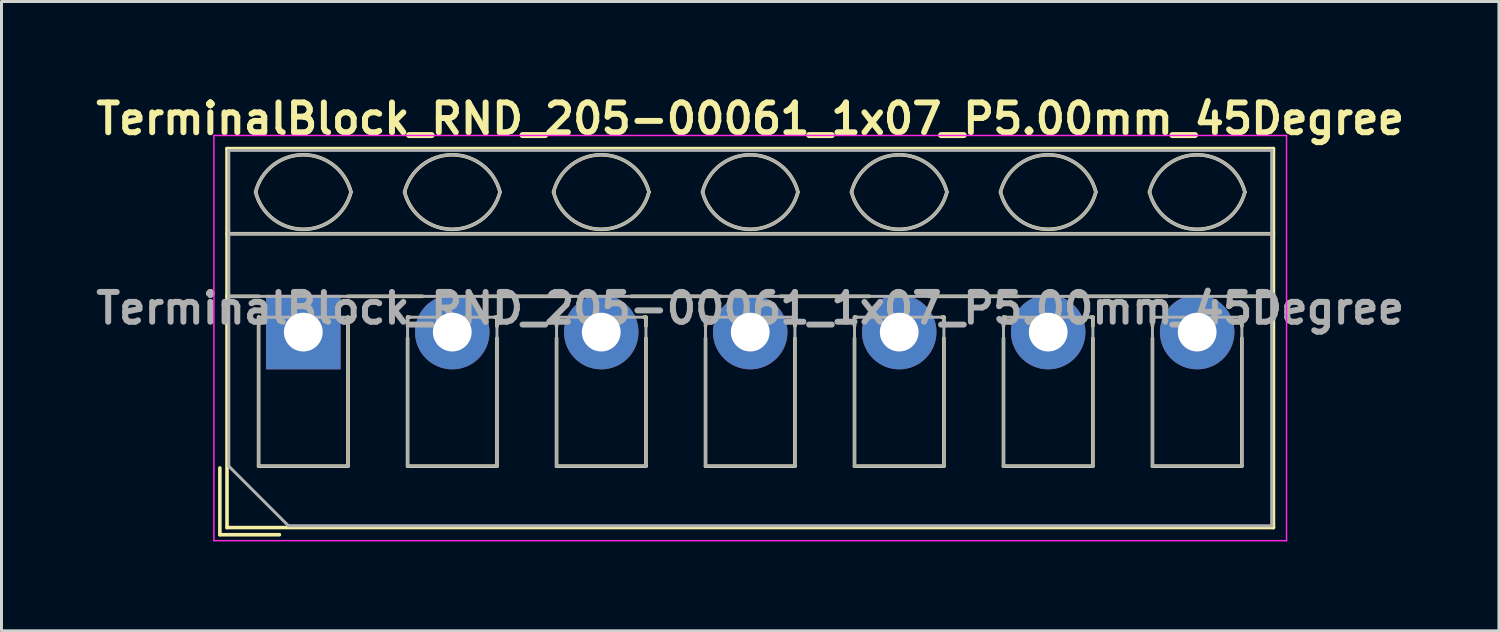
<source format=kicad_pcb>
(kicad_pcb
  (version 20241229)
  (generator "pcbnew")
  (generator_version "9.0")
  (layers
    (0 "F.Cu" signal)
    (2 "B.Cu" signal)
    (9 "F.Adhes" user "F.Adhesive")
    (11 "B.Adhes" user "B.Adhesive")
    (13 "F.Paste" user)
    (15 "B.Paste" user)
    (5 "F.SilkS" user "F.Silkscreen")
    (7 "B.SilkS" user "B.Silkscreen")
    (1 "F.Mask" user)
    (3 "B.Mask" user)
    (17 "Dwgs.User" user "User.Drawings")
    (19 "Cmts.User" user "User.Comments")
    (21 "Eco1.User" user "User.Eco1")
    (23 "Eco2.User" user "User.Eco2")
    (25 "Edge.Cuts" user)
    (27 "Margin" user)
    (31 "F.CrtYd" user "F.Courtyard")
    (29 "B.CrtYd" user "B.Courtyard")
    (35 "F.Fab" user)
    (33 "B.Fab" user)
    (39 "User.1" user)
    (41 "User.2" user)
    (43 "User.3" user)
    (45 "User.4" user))
  (footprint "TerminalBlock_RND_205-00061_1x07_P5.00mm_45Degree"
    (layer "F.Cu")
    (at 22.129 8.096)
    (property "Reference" "TerminalBlock_RND_205-00061_1x07_P5.00mm_45Degree" (at 0 -7.16 0) (layer "F.SilkS") (effects (font (size 1 1) (thickness 0.2))))
    (attr through_hole)
    (fp_line (start -17.8 4.56) (end -17.8 6.8) (stroke (width 0.12) (type solid)) (layer "F.SilkS"))
    (fp_line (start -17.8 6.8) (end -15.8 6.8) (stroke (width 0.12) (type solid)) (layer "F.SilkS"))
    (fp_line (start -17.56 -6.16) (end -17.56 6.56) (stroke (width 0.12) (type solid)) (layer "F.SilkS"))
    (fp_line (start -17.56 -6.16) (end 17.56 -6.16) (stroke (width 0.12) (type solid)) (layer "F.SilkS"))
    (fp_line (start -17.56 -3.301) (end 17.56 -3.301) (stroke (width 0.12) (type solid)) (layer "F.SilkS"))
    (fp_line (start -17.56 -1.201) (end -16.49 -1.201) (stroke (width 0.12) (type solid)) (layer "F.SilkS"))
    (fp_line (start -17.56 6.56) (end 17.56 6.56) (stroke (width 0.12) (type solid)) (layer "F.SilkS"))
    (fp_line (start -16.5 -0.5) (end -16.5 4.5) (stroke (width 0.12) (type solid)) (layer "F.SilkS"))
    (fp_line (start -16.5 -0.5) (end -16.49 -0.5) (stroke (width 0.12) (type solid)) (layer "F.SilkS"))
    (fp_line (start -16.5 4.5) (end -13.5 4.5) (stroke (width 0.12) (type solid)) (layer "F.SilkS"))
    (fp_line (start -13.51 -1.201) (end -11 -1.201) (stroke (width 0.12) (type solid)) (layer "F.SilkS"))
    (fp_line (start -13.51 -0.5) (end -13.5 -0.5) (stroke (width 0.12) (type solid)) (layer "F.SilkS"))
    (fp_line (start -13.5 -0.5) (end -13.5 4.5) (stroke (width 0.12) (type solid)) (layer "F.SilkS"))
    (fp_line (start -11.5 -0.5) (end -11.5 -0.202) (stroke (width 0.12) (type solid)) (layer "F.SilkS"))
    (fp_line (start -11.5 -0.5) (end -11.43 -0.5) (stroke (width 0.12) (type solid)) (layer "F.SilkS"))
    (fp_line (start -11.5 0.202) (end -11.5 4.5) (stroke (width 0.12) (type solid)) (layer "F.SilkS"))
    (fp_line (start -11.5 4.5) (end -8.5 4.5) (stroke (width 0.12) (type solid)) (layer "F.SilkS"))
    (fp_line (start -8.999 -1.201) (end -6 -1.201) (stroke (width 0.12) (type solid)) (layer "F.SilkS"))
    (fp_line (start -8.569 -0.5) (end -8.5 -0.5) (stroke (width 0.12) (type solid)) (layer "F.SilkS"))
    (fp_line (start -8.5 -0.5) (end -8.5 -0.202) (stroke (width 0.12) (type solid)) (layer "F.SilkS"))
    (fp_line (start -8.5 0.202) (end -8.5 4.5) (stroke (width 0.12) (type solid)) (layer "F.SilkS"))
    (fp_line (start -6.5 -0.5) (end -6.5 -0.202) (stroke (width 0.12) (type solid)) (layer "F.SilkS"))
    (fp_line (start -6.5 -0.5) (end -6.43 -0.5) (stroke (width 0.12) (type solid)) (layer "F.SilkS"))
    (fp_line (start -6.5 0.202) (end -6.5 4.5) (stroke (width 0.12) (type solid)) (layer "F.SilkS"))
    (fp_line (start -6.5 4.5) (end -3.5 4.5) (stroke (width 0.12) (type solid)) (layer "F.SilkS"))
    (fp_line (start -3.999 -1.201) (end -1 -1.201) (stroke (width 0.12) (type solid)) (layer "F.SilkS"))
    (fp_line (start -3.569 -0.5) (end -3.5 -0.5) (stroke (width 0.12) (type solid)) (layer "F.SilkS"))
    (fp_line (start -3.5 -0.5) (end -3.5 -0.202) (stroke (width 0.12) (type solid)) (layer "F.SilkS"))
    (fp_line (start -3.5 0.202) (end -3.5 4.5) (stroke (width 0.12) (type solid)) (layer "F.SilkS"))
    (fp_line (start -1.5 -0.5) (end -1.5 -0.202) (stroke (width 0.12) (type solid)) (layer "F.SilkS"))
    (fp_line (start -1.5 -0.5) (end -1.43 -0.5) (stroke (width 0.12) (type solid)) (layer "F.SilkS"))
    (fp_line (start -1.5 0.202) (end -1.5 4.5) (stroke (width 0.12) (type solid)) (layer "F.SilkS"))
    (fp_line (start -1.5 4.5) (end 1.5 4.5) (stroke (width 0.12) (type solid)) (layer "F.SilkS"))
    (fp_line (start 1.001 -1.201) (end 4 -1.201) (stroke (width 0.12) (type solid)) (layer "F.SilkS"))
    (fp_line (start 1.431 -0.5) (end 1.5 -0.5) (stroke (width 0.12) (type solid)) (layer "F.SilkS"))
    (fp_line (start 1.5 -0.5) (end 1.5 -0.202) (stroke (width 0.12) (type solid)) (layer "F.SilkS"))
    (fp_line (start 1.5 0.202) (end 1.5 4.5) (stroke (width 0.12) (type solid)) (layer "F.SilkS"))
    (fp_line (start 3.5 -0.5) (end 3.5 -0.202) (stroke (width 0.12) (type solid)) (layer "F.SilkS"))
    (fp_line (start 3.5 -0.5) (end 3.57 -0.5) (stroke (width 0.12) (type solid)) (layer "F.SilkS"))
    (fp_line (start 3.5 0.202) (end 3.5 4.5) (stroke (width 0.12) (type solid)) (layer "F.SilkS"))
    (fp_line (start 3.5 4.5) (end 6.5 4.5) (stroke (width 0.12) (type solid)) (layer "F.SilkS"))
    (fp_line (start 6.001 -1.201) (end 9 -1.201) (stroke (width 0.12) (type solid)) (layer "F.SilkS"))
    (fp_line (start 6.431 -0.5) (end 6.5 -0.5) (stroke (width 0.12) (type solid)) (layer "F.SilkS"))
    (fp_line (start 6.5 -0.5) (end 6.5 -0.202) (stroke (width 0.12) (type solid)) (layer "F.SilkS"))
    (fp_line (start 6.5 0.202) (end 6.5 4.5) (stroke (width 0.12) (type solid)) (layer "F.SilkS"))
    (fp_line (start 8.5 -0.5) (end 8.5 -0.202) (stroke (width 0.12) (type solid)) (layer "F.SilkS"))
    (fp_line (start 8.5 -0.5) (end 8.57 -0.5) (stroke (width 0.12) (type solid)) (layer "F.SilkS"))
    (fp_line (start 8.5 0.202) (end 8.5 4.5) (stroke (width 0.12) (type solid)) (layer "F.SilkS"))
    (fp_line (start 8.5 4.5) (end 11.5 4.5) (stroke (width 0.12) (type solid)) (layer "F.SilkS"))
    (fp_line (start 11.001 -1.201) (end 14 -1.201) (stroke (width 0.12) (type solid)) (layer "F.SilkS"))
    (fp_line (start 11.431 -0.5) (end 11.5 -0.5) (stroke (width 0.12) (type solid)) (layer "F.SilkS"))
    (fp_line (start 11.5 -0.5) (end 11.5 -0.202) (stroke (width 0.12) (type solid)) (layer "F.SilkS"))
    (fp_line (start 11.5 0.202) (end 11.5 4.5) (stroke (width 0.12) (type solid)) (layer "F.SilkS"))
    (fp_line (start 13.5 -0.5) (end 13.5 -0.202) (stroke (width 0.12) (type solid)) (layer "F.SilkS"))
    (fp_line (start 13.5 -0.5) (end 13.57 -0.5) (stroke (width 0.12) (type solid)) (layer "F.SilkS"))
    (fp_line (start 13.5 0.202) (end 13.5 4.5) (stroke (width 0.12) (type solid)) (layer "F.SilkS"))
    (fp_line (start 13.5 4.5) (end 16.5 4.5) (stroke (width 0.12) (type solid)) (layer "F.SilkS"))
    (fp_line (start 16.001 -1.201) (end 17.56 -1.201) (stroke (width 0.12) (type solid)) (layer "F.SilkS"))
    (fp_line (start 16.431 -0.5) (end 16.5 -0.5) (stroke (width 0.12) (type solid)) (layer "F.SilkS"))
    (fp_line (start 16.5 -0.5) (end 16.5 -0.202) (stroke (width 0.12) (type solid)) (layer "F.SilkS"))
    (fp_line (start 16.5 0.202) (end 16.5 4.5) (stroke (width 0.12) (type solid)) (layer "F.SilkS"))
    (fp_line (start 17.56 -6.16) (end 17.56 6.56) (stroke (width 0.12) (type solid)) (layer "F.SilkS"))
    (fp_arc (start -16.600914 -4.700344) (mid -14.999823 -5.95097) (end -13.399 -4.7) (stroke (width 0.12) (type solid)) (layer "F.SilkS"))
    (fp_arc (start -13.4 -4.7) (mid -15.000064 -3.45) (end -16.600031 -4.700125) (stroke (width 0.12) (type solid)) (layer "F.SilkS"))
    (fp_arc (start -11.600914 -4.700344) (mid -9.999823 -5.95097) (end -8.399 -4.7) (stroke (width 0.12) (type solid)) (layer "F.SilkS"))
    (fp_arc (start -8.4 -4.7) (mid -10.000064 -3.45) (end -11.600031 -4.700125) (stroke (width 0.12) (type solid)) (layer "F.SilkS"))
    (fp_arc (start -6.600914 -4.700344) (mid -4.999823 -5.95097) (end -3.399 -4.7) (stroke (width 0.12) (type solid)) (layer "F.SilkS"))
    (fp_arc (start -3.4 -4.7) (mid -5.000064 -3.45) (end -6.600031 -4.700125) (stroke (width 0.12) (type solid)) (layer "F.SilkS"))
    (fp_arc (start -1.600914 -4.700344) (mid 0.000177 -5.95097) (end 1.601 -4.7) (stroke (width 0.12) (type solid)) (layer "F.SilkS"))
    (fp_arc (start 1.6 -4.7) (mid -0.000064 -3.45) (end -1.600031 -4.700125) (stroke (width 0.12) (type solid)) (layer "F.SilkS"))
    (fp_arc (start 3.399086 -4.700344) (mid 5.000177 -5.95097) (end 6.601 -4.7) (stroke (width 0.12) (type solid)) (layer "F.SilkS"))
    (fp_arc (start 6.6 -4.7) (mid 4.999936 -3.45) (end 3.399969 -4.700125) (stroke (width 0.12) (type solid)) (layer "F.SilkS"))
    (fp_arc (start 8.399086 -4.700344) (mid 10.000177 -5.95097) (end 11.601 -4.7) (stroke (width 0.12) (type solid)) (layer "F.SilkS"))
    (fp_arc (start 11.6 -4.7) (mid 9.999936 -3.45) (end 8.399969 -4.700125) (stroke (width 0.12) (type solid)) (layer "F.SilkS"))
    (fp_arc (start 13.399086 -4.700344) (mid 15.000177 -5.95097) (end 16.601 -4.7) (stroke (width 0.12) (type solid)) (layer "F.SilkS"))
    (fp_arc (start 16.6 -4.7) (mid 14.999936 -3.45) (end 13.399969 -4.700125) (stroke (width 0.12) (type solid)) (layer "F.SilkS"))
    (fp_line (start -18 -6.6) (end -18 7) (stroke (width 0.05) (type solid)) (layer "F.CrtYd"))
    (fp_line (start -18 7) (end 18 7) (stroke (width 0.05) (type solid)) (layer "F.CrtYd"))
    (fp_line (start 18 -6.6) (end -18 -6.6) (stroke (width 0.05) (type solid)) (layer "F.CrtYd"))
    (fp_line (start 18 7) (end 18 -6.6) (stroke (width 0.05) (type solid)) (layer "F.CrtYd"))
    (fp_line (start -17.5 -6.1) (end 17.5 -6.1) (stroke (width 0.1) (type solid)) (layer "F.Fab"))
    (fp_line (start -17.5 -3.3) (end 17.5 -3.3) (stroke (width 0.1) (type solid)) (layer "F.Fab"))
    (fp_line (start -17.5 -1.2) (end 17.5 -1.2) (stroke (width 0.1) (type solid)) (layer "F.Fab"))
    (fp_line (start -17.5 4.5) (end -17.5 -6.1) (stroke (width 0.1) (type solid)) (layer "F.Fab"))
    (fp_line (start -16.5 -0.5) (end -16.5 4.5) (stroke (width 0.1) (type solid)) (layer "F.Fab"))
    (fp_line (start -16.5 4.5) (end -13.5 4.5) (stroke (width 0.1) (type solid)) (layer "F.Fab"))
    (fp_line (start -15.5 6.5) (end -17.5 4.5) (stroke (width 0.1) (type solid)) (layer "F.Fab"))
    (fp_line (start -13.5 -0.5) (end -16.5 -0.5) (stroke (width 0.1) (type solid)) (layer "F.Fab"))
    (fp_line (start -13.5 4.5) (end -13.5 -0.5) (stroke (width 0.1) (type solid)) (layer "F.Fab"))
    (fp_line (start -11.5 -0.5) (end -11.5 4.5) (stroke (width 0.1) (type solid)) (layer "F.Fab"))
    (fp_line (start -11.5 4.5) (end -8.5 4.5) (stroke (width 0.1) (type solid)) (layer "F.Fab"))
    (fp_line (start -8.5 -0.5) (end -11.5 -0.5) (stroke (width 0.1) (type solid)) (layer "F.Fab"))
    (fp_line (start -8.5 4.5) (end -8.5 -0.5) (stroke (width 0.1) (type solid)) (layer "F.Fab"))
    (fp_line (start -6.5 -0.5) (end -6.5 4.5) (stroke (width 0.1) (type solid)) (layer "F.Fab"))
    (fp_line (start -6.5 4.5) (end -3.5 4.5) (stroke (width 0.1) (type solid)) (layer "F.Fab"))
    (fp_line (start -3.5 -0.5) (end -6.5 -0.5) (stroke (width 0.1) (type solid)) (layer "F.Fab"))
    (fp_line (start -3.5 4.5) (end -3.5 -0.5) (stroke (width 0.1) (type solid)) (layer "F.Fab"))
    (fp_line (start -1.5 -0.5) (end -1.5 4.5) (stroke (width 0.1) (type solid)) (layer "F.Fab"))
    (fp_line (start -1.5 4.5) (end 1.5 4.5) (stroke (width 0.1) (type solid)) (layer "F.Fab"))
    (fp_line (start 1.5 -0.5) (end -1.5 -0.5) (stroke (width 0.1) (type solid)) (layer "F.Fab"))
    (fp_line (start 1.5 4.5) (end 1.5 -0.5) (stroke (width 0.1) (type solid)) (layer "F.Fab"))
    (fp_line (start 3.5 -0.5) (end 3.5 4.5) (stroke (width 0.1) (type solid)) (layer "F.Fab"))
    (fp_line (start 3.5 4.5) (end 6.5 4.5) (stroke (width 0.1) (type solid)) (layer "F.Fab"))
    (fp_line (start 6.5 -0.5) (end 3.5 -0.5) (stroke (width 0.1) (type solid)) (layer "F.Fab"))
    (fp_line (start 6.5 4.5) (end 6.5 -0.5) (stroke (width 0.1) (type solid)) (layer "F.Fab"))
    (fp_line (start 8.5 -0.5) (end 8.5 4.5) (stroke (width 0.1) (type solid)) (layer "F.Fab"))
    (fp_line (start 8.5 4.5) (end 11.5 4.5) (stroke (width 0.1) (type solid)) (layer "F.Fab"))
    (fp_line (start 11.5 -0.5) (end 8.5 -0.5) (stroke (width 0.1) (type solid)) (layer "F.Fab"))
    (fp_line (start 11.5 4.5) (end 11.5 -0.5) (stroke (width 0.1) (type solid)) (layer "F.Fab"))
    (fp_line (start 13.5 -0.5) (end 13.5 4.5) (stroke (width 0.1) (type solid)) (layer "F.Fab"))
    (fp_line (start 13.5 4.5) (end 16.5 4.5) (stroke (width 0.1) (type solid)) (layer "F.Fab"))
    (fp_line (start 16.5 -0.5) (end 13.5 -0.5) (stroke (width 0.1) (type solid)) (layer "F.Fab"))
    (fp_line (start 16.5 4.5) (end 16.5 -0.5) (stroke (width 0.1) (type solid)) (layer "F.Fab"))
    (fp_line (start 17.5 -6.1) (end 17.5 6.5) (stroke (width 0.1) (type solid)) (layer "F.Fab"))
    (fp_line (start 17.5 6.5) (end -15.5 6.5) (stroke (width 0.1) (type solid)) (layer "F.Fab"))
    (fp_arc (start -16.600914 -4.700344) (mid -14.999823 -5.95097) (end -13.399 -4.7) (stroke (width 0.1) (type solid)) (layer "F.Fab"))
    (fp_arc (start -13.4 -4.7) (mid -15.000064 -3.45) (end -16.600031 -4.700125) (stroke (width 0.1) (type solid)) (layer "F.Fab"))
    (fp_arc (start -11.600914 -4.700344) (mid -9.999823 -5.95097) (end -8.399 -4.7) (stroke (width 0.1) (type solid)) (layer "F.Fab"))
    (fp_arc (start -8.4 -4.7) (mid -10.000064 -3.45) (end -11.600031 -4.700125) (stroke (width 0.1) (type solid)) (layer "F.Fab"))
    (fp_arc (start -6.600914 -4.700344) (mid -4.999823 -5.95097) (end -3.399 -4.7) (stroke (width 0.1) (type solid)) (layer "F.Fab"))
    (fp_arc (start -3.4 -4.7) (mid -5.000064 -3.45) (end -6.600031 -4.700125) (stroke (width 0.1) (type solid)) (layer "F.Fab"))
    (fp_arc (start -1.600914 -4.700344) (mid 0.000177 -5.95097) (end 1.601 -4.7) (stroke (width 0.1) (type solid)) (layer "F.Fab"))
    (fp_arc (start 1.6 -4.7) (mid -0.000064 -3.45) (end -1.600031 -4.700125) (stroke (width 0.1) (type solid)) (layer "F.Fab"))
    (fp_arc (start 3.399086 -4.700344) (mid 5.000177 -5.95097) (end 6.601 -4.7) (stroke (width 0.1) (type solid)) (layer "F.Fab"))
    (fp_arc (start 6.6 -4.7) (mid 4.999936 -3.45) (end 3.399969 -4.700125) (stroke (width 0.1) (type solid)) (layer "F.Fab"))
    (fp_arc (start 8.399086 -4.700344) (mid 10.000177 -5.95097) (end 11.601 -4.7) (stroke (width 0.1) (type solid)) (layer "F.Fab"))
    (fp_arc (start 11.6 -4.7) (mid 9.999936 -3.45) (end 8.399969 -4.700125) (stroke (width 0.1) (type solid)) (layer "F.Fab"))
    (fp_arc (start 13.399086 -4.700344) (mid 15.000177 -5.95097) (end 16.601 -4.7) (stroke (width 0.1) (type solid)) (layer "F.Fab"))
    (fp_arc (start 16.6 -4.7) (mid 14.999936 -3.45) (end 13.399969 -4.700125) (stroke (width 0.1) (type solid)) (layer "F.Fab"))
    (fp_text user "${REFERENCE}" (at 0 -0.8 0) (layer "F.Fab") (effects (font (size 1 1) (thickness 0.2))))
    (pad "1" thru_hole rect (at -15 0) (size 2.5 2.5) (drill 1.3) (layers "*.Cu" "*.Mask"))
    (pad "2" thru_hole circle (at -10 0) (size 2.5 2.5) (drill 1.3) (layers "*.Cu" "*.Mask"))
    (pad "3" thru_hole circle (at -5 0) (size 2.5 2.5) (drill 1.3) (layers "*.Cu" "*.Mask"))
    (pad "4" thru_hole circle (at 0 0) (size 2.5 2.5) (drill 1.3) (layers "*.Cu" "*.Mask"))
    (pad "5" thru_hole circle (at 5 0) (size 2.5 2.5) (drill 1.3) (layers "*.Cu" "*.Mask"))
    (pad "6" thru_hole circle (at 10 0) (size 2.5 2.5) (drill 1.3) (layers "*.Cu" "*.Mask"))
    (pad "7" thru_hole circle (at 15 0) (size 2.5 2.5) (drill 1.3) (layers "*.Cu" "*.Mask")))
  (gr_rect
    (start -3 -3)
    (end 47.257 18.121)
    (stroke (width 0.1) (type default))
    (fill no)
    (layer "Edge.Cuts")))
</source>
